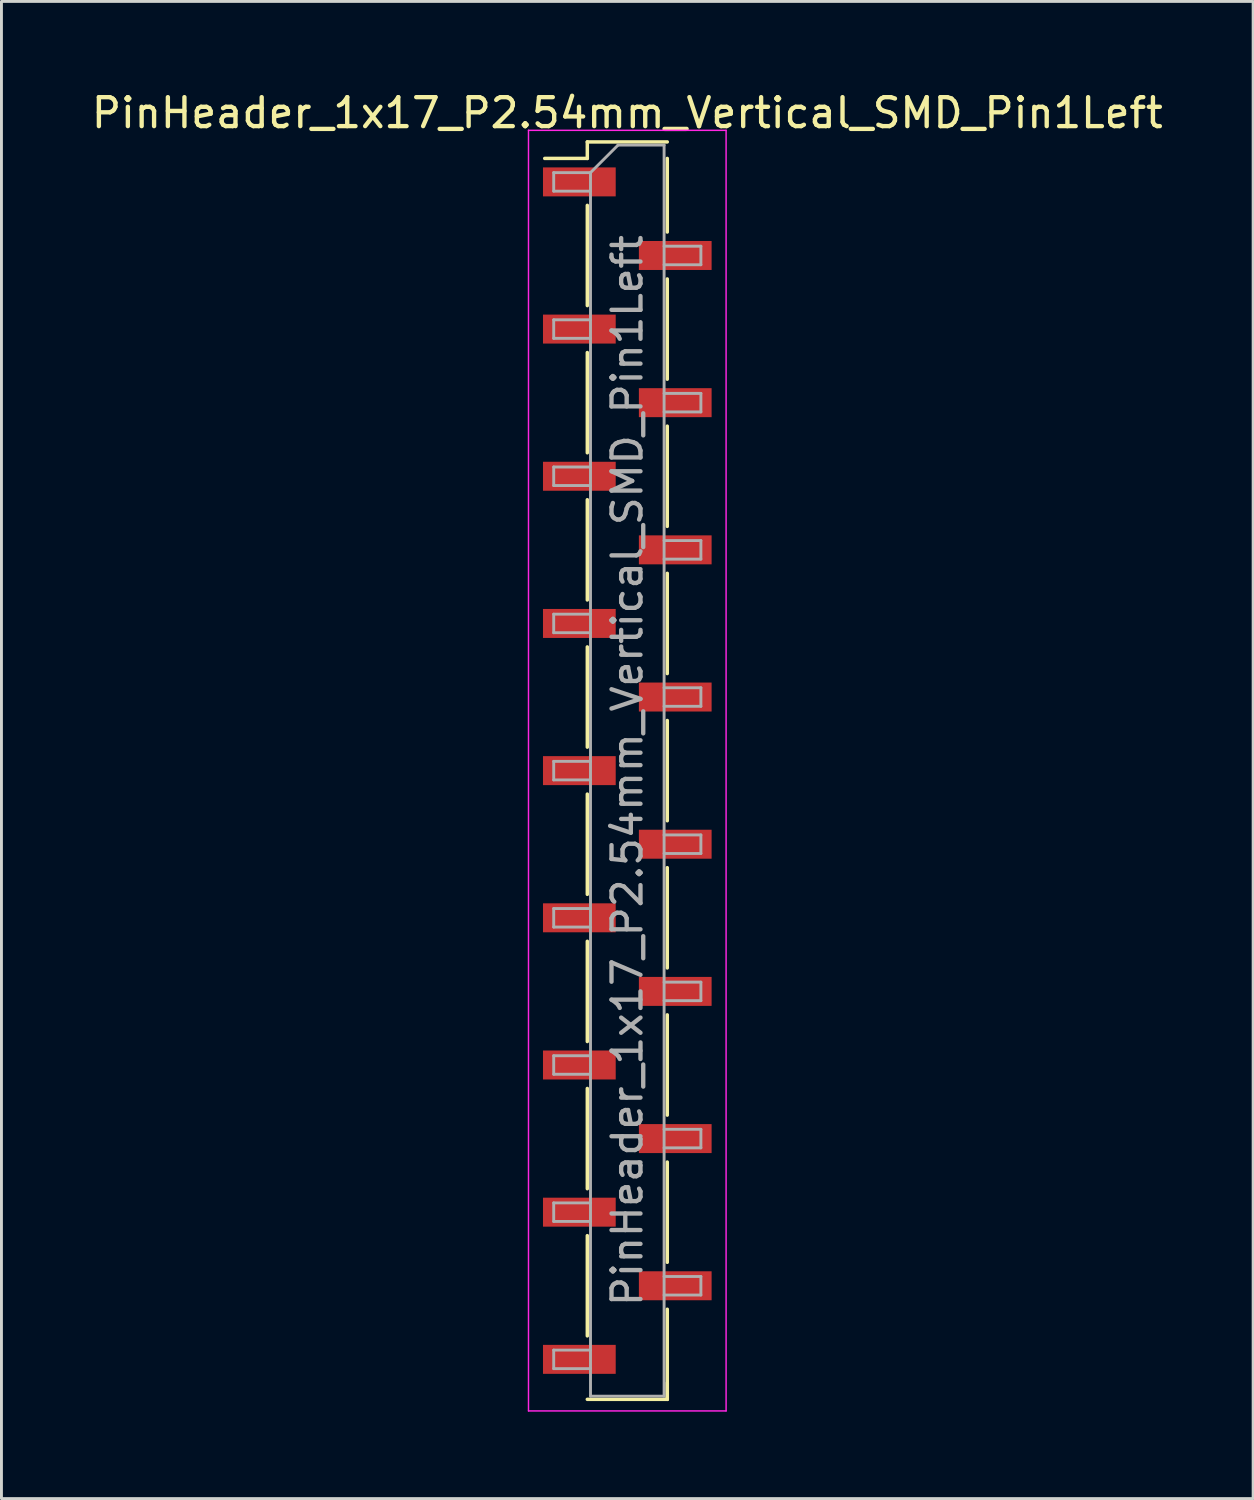
<source format=kicad_pcb>
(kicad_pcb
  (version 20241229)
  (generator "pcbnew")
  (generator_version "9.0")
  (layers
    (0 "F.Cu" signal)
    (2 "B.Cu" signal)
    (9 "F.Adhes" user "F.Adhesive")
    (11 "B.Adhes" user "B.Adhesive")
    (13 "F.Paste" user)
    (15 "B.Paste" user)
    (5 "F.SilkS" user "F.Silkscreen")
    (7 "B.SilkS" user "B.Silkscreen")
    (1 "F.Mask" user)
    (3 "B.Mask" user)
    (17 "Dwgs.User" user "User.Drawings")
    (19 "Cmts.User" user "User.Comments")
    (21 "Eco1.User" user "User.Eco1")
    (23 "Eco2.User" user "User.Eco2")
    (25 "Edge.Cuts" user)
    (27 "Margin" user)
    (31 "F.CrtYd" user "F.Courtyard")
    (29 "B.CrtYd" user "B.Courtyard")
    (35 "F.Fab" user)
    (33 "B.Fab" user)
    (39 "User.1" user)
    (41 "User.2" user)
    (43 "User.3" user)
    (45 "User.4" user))
  (footprint "PinHeader_1x17_P2.54mm_Vertical_SMD_Pin1Left"
    (layer "F.Cu")
    (at 18.601 23.548)
    (property "Reference" "PinHeader_1x17_P2.54mm_Vertical_SMD_Pin1Left" (at 0 -22.7 0) (layer "F.SilkS") (effects (font (size 1 1) (thickness 0.15))))
    (attr smd)
    (fp_line (start -1.38 -21.7) (end -1.38 -21.13) (stroke (width 0.12) (type solid)) (layer "F.SilkS"))
    (fp_line (start -1.38 -21.7) (end 1.38 -21.7) (stroke (width 0.12) (type solid)) (layer "F.SilkS"))
    (fp_line (start -1.38 -21.13) (end -2.85 -21.13) (stroke (width 0.12) (type solid)) (layer "F.SilkS"))
    (fp_line (start -1.38 -19.51) (end -1.38 -16.05) (stroke (width 0.12) (type solid)) (layer "F.SilkS"))
    (fp_line (start -1.38 -14.43) (end -1.38 -10.97) (stroke (width 0.12) (type solid)) (layer "F.SilkS"))
    (fp_line (start -1.38 -9.35) (end -1.38 -5.89) (stroke (width 0.12) (type solid)) (layer "F.SilkS"))
    (fp_line (start -1.38 -4.27) (end -1.38 -0.81) (stroke (width 0.12) (type solid)) (layer "F.SilkS"))
    (fp_line (start -1.38 0.81) (end -1.38 4.27) (stroke (width 0.12) (type solid)) (layer "F.SilkS"))
    (fp_line (start -1.38 5.89) (end -1.38 9.35) (stroke (width 0.12) (type solid)) (layer "F.SilkS"))
    (fp_line (start -1.38 10.97) (end -1.38 14.43) (stroke (width 0.12) (type solid)) (layer "F.SilkS"))
    (fp_line (start -1.38 16.05) (end -1.38 19.51) (stroke (width 0.12) (type solid)) (layer "F.SilkS"))
    (fp_line (start -1.38 21.7) (end 1.38 21.7) (stroke (width 0.12) (type solid)) (layer "F.SilkS"))
    (fp_line (start 1.38 -21.13) (end 1.38 -18.59) (stroke (width 0.12) (type solid)) (layer "F.SilkS"))
    (fp_line (start 1.38 -16.97) (end 1.38 -13.51) (stroke (width 0.12) (type solid)) (layer "F.SilkS"))
    (fp_line (start 1.38 -11.89) (end 1.38 -8.43) (stroke (width 0.12) (type solid)) (layer "F.SilkS"))
    (fp_line (start 1.38 -6.81) (end 1.38 -3.35) (stroke (width 0.12) (type solid)) (layer "F.SilkS"))
    (fp_line (start 1.38 -1.73) (end 1.38 1.73) (stroke (width 0.12) (type solid)) (layer "F.SilkS"))
    (fp_line (start 1.38 3.35) (end 1.38 6.81) (stroke (width 0.12) (type solid)) (layer "F.SilkS"))
    (fp_line (start 1.38 8.43) (end 1.38 11.89) (stroke (width 0.12) (type solid)) (layer "F.SilkS"))
    (fp_line (start 1.38 13.51) (end 1.38 16.97) (stroke (width 0.12) (type solid)) (layer "F.SilkS"))
    (fp_line (start 1.38 18.59) (end 1.38 21.7) (stroke (width 0.12) (type solid)) (layer "F.SilkS"))
    (fp_line (start 1.38 21.13) (end 1.38 21.7) (stroke (width 0.12) (type solid)) (layer "F.SilkS"))
    (fp_line (start -3.41 -22.1) (end -3.41 22.1) (stroke (width 0.05) (type solid)) (layer "F.CrtYd"))
    (fp_line (start -3.41 22.1) (end 3.41 22.1) (stroke (width 0.05) (type solid)) (layer "F.CrtYd"))
    (fp_line (start 3.41 -22.1) (end -3.41 -22.1) (stroke (width 0.05) (type solid)) (layer "F.CrtYd"))
    (fp_line (start 3.41 22.1) (end 3.41 -22.1) (stroke (width 0.05) (type solid)) (layer "F.CrtYd"))
    (fp_line (start -2.54 -20.64) (end -2.54 -20) (stroke (width 0.1) (type solid)) (layer "F.Fab"))
    (fp_line (start -2.54 -20) (end -1.27 -20) (stroke (width 0.1) (type solid)) (layer "F.Fab"))
    (fp_line (start -2.54 -15.56) (end -2.54 -14.92) (stroke (width 0.1) (type solid)) (layer "F.Fab"))
    (fp_line (start -2.54 -14.92) (end -1.27 -14.92) (stroke (width 0.1) (type solid)) (layer "F.Fab"))
    (fp_line (start -2.54 -10.48) (end -2.54 -9.84) (stroke (width 0.1) (type solid)) (layer "F.Fab"))
    (fp_line (start -2.54 -9.84) (end -1.27 -9.84) (stroke (width 0.1) (type solid)) (layer "F.Fab"))
    (fp_line (start -2.54 -5.4) (end -2.54 -4.76) (stroke (width 0.1) (type solid)) (layer "F.Fab"))
    (fp_line (start -2.54 -4.76) (end -1.27 -4.76) (stroke (width 0.1) (type solid)) (layer "F.Fab"))
    (fp_line (start -2.54 -0.32) (end -2.54 0.32) (stroke (width 0.1) (type solid)) (layer "F.Fab"))
    (fp_line (start -2.54 0.32) (end -1.27 0.32) (stroke (width 0.1) (type solid)) (layer "F.Fab"))
    (fp_line (start -2.54 4.76) (end -2.54 5.4) (stroke (width 0.1) (type solid)) (layer "F.Fab"))
    (fp_line (start -2.54 5.4) (end -1.27 5.4) (stroke (width 0.1) (type solid)) (layer "F.Fab"))
    (fp_line (start -2.54 9.84) (end -2.54 10.48) (stroke (width 0.1) (type solid)) (layer "F.Fab"))
    (fp_line (start -2.54 10.48) (end -1.27 10.48) (stroke (width 0.1) (type solid)) (layer "F.Fab"))
    (fp_line (start -2.54 14.92) (end -2.54 15.56) (stroke (width 0.1) (type solid)) (layer "F.Fab"))
    (fp_line (start -2.54 15.56) (end -1.27 15.56) (stroke (width 0.1) (type solid)) (layer "F.Fab"))
    (fp_line (start -2.54 20) (end -2.54 20.64) (stroke (width 0.1) (type solid)) (layer "F.Fab"))
    (fp_line (start -2.54 20.64) (end -1.27 20.64) (stroke (width 0.1) (type solid)) (layer "F.Fab"))
    (fp_line (start -1.27 -20.64) (end -2.54 -20.64) (stroke (width 0.1) (type solid)) (layer "F.Fab"))
    (fp_line (start -1.27 -20.64) (end -0.32 -21.59) (stroke (width 0.1) (type solid)) (layer "F.Fab"))
    (fp_line (start -1.27 -15.56) (end -2.54 -15.56) (stroke (width 0.1) (type solid)) (layer "F.Fab"))
    (fp_line (start -1.27 -10.48) (end -2.54 -10.48) (stroke (width 0.1) (type solid)) (layer "F.Fab"))
    (fp_line (start -1.27 -5.4) (end -2.54 -5.4) (stroke (width 0.1) (type solid)) (layer "F.Fab"))
    (fp_line (start -1.27 -0.32) (end -2.54 -0.32) (stroke (width 0.1) (type solid)) (layer "F.Fab"))
    (fp_line (start -1.27 4.76) (end -2.54 4.76) (stroke (width 0.1) (type solid)) (layer "F.Fab"))
    (fp_line (start -1.27 9.84) (end -2.54 9.84) (stroke (width 0.1) (type solid)) (layer "F.Fab"))
    (fp_line (start -1.27 14.92) (end -2.54 14.92) (stroke (width 0.1) (type solid)) (layer "F.Fab"))
    (fp_line (start -1.27 20) (end -2.54 20) (stroke (width 0.1) (type solid)) (layer "F.Fab"))
    (fp_line (start -1.27 21.59) (end -1.27 -20.64) (stroke (width 0.1) (type solid)) (layer "F.Fab"))
    (fp_line (start -0.32 -21.59) (end 1.27 -21.59) (stroke (width 0.1) (type solid)) (layer "F.Fab"))
    (fp_line (start 1.27 -21.59) (end 1.27 21.59) (stroke (width 0.1) (type solid)) (layer "F.Fab"))
    (fp_line (start 1.27 -18.1) (end 2.54 -18.1) (stroke (width 0.1) (type solid)) (layer "F.Fab"))
    (fp_line (start 1.27 -13.02) (end 2.54 -13.02) (stroke (width 0.1) (type solid)) (layer "F.Fab"))
    (fp_line (start 1.27 -7.94) (end 2.54 -7.94) (stroke (width 0.1) (type solid)) (layer "F.Fab"))
    (fp_line (start 1.27 -2.86) (end 2.54 -2.86) (stroke (width 0.1) (type solid)) (layer "F.Fab"))
    (fp_line (start 1.27 2.22) (end 2.54 2.22) (stroke (width 0.1) (type solid)) (layer "F.Fab"))
    (fp_line (start 1.27 7.3) (end 2.54 7.3) (stroke (width 0.1) (type solid)) (layer "F.Fab"))
    (fp_line (start 1.27 12.38) (end 2.54 12.38) (stroke (width 0.1) (type solid)) (layer "F.Fab"))
    (fp_line (start 1.27 17.46) (end 2.54 17.46) (stroke (width 0.1) (type solid)) (layer "F.Fab"))
    (fp_line (start 1.27 21.59) (end -1.27 21.59) (stroke (width 0.1) (type solid)) (layer "F.Fab"))
    (fp_line (start 2.54 -18.1) (end 2.54 -17.46) (stroke (width 0.1) (type solid)) (layer "F.Fab"))
    (fp_line (start 2.54 -17.46) (end 1.27 -17.46) (stroke (width 0.1) (type solid)) (layer "F.Fab"))
    (fp_line (start 2.54 -13.02) (end 2.54 -12.38) (stroke (width 0.1) (type solid)) (layer "F.Fab"))
    (fp_line (start 2.54 -12.38) (end 1.27 -12.38) (stroke (width 0.1) (type solid)) (layer "F.Fab"))
    (fp_line (start 2.54 -7.94) (end 2.54 -7.3) (stroke (width 0.1) (type solid)) (layer "F.Fab"))
    (fp_line (start 2.54 -7.3) (end 1.27 -7.3) (stroke (width 0.1) (type solid)) (layer "F.Fab"))
    (fp_line (start 2.54 -2.86) (end 2.54 -2.22) (stroke (width 0.1) (type solid)) (layer "F.Fab"))
    (fp_line (start 2.54 -2.22) (end 1.27 -2.22) (stroke (width 0.1) (type solid)) (layer "F.Fab"))
    (fp_line (start 2.54 2.22) (end 2.54 2.86) (stroke (width 0.1) (type solid)) (layer "F.Fab"))
    (fp_line (start 2.54 2.86) (end 1.27 2.86) (stroke (width 0.1) (type solid)) (layer "F.Fab"))
    (fp_line (start 2.54 7.3) (end 2.54 7.94) (stroke (width 0.1) (type solid)) (layer "F.Fab"))
    (fp_line (start 2.54 7.94) (end 1.27 7.94) (stroke (width 0.1) (type solid)) (layer "F.Fab"))
    (fp_line (start 2.54 12.38) (end 2.54 13.02) (stroke (width 0.1) (type solid)) (layer "F.Fab"))
    (fp_line (start 2.54 13.02) (end 1.27 13.02) (stroke (width 0.1) (type solid)) (layer "F.Fab"))
    (fp_line (start 2.54 17.46) (end 2.54 18.1) (stroke (width 0.1) (type solid)) (layer "F.Fab"))
    (fp_line (start 2.54 18.1) (end 1.27 18.1) (stroke (width 0.1) (type solid)) (layer "F.Fab"))
    (fp_text user "${REFERENCE}" (at 0 0 90) (layer "F.Fab") (effects (font (size 1 1) (thickness 0.15))))
    (pad "1" smd rect (at -1.655 -20.32) (size 2.51 1) (layers "F.Cu" "F.Mask" "F.Paste"))
    (pad "2" smd rect (at 1.655 -17.78) (size 2.51 1) (layers "F.Cu" "F.Mask" "F.Paste"))
    (pad "3" smd rect (at -1.655 -15.24) (size 2.51 1) (layers "F.Cu" "F.Mask" "F.Paste"))
    (pad "4" smd rect (at 1.655 -12.7) (size 2.51 1) (layers "F.Cu" "F.Mask" "F.Paste"))
    (pad "5" smd rect (at -1.655 -10.16) (size 2.51 1) (layers "F.Cu" "F.Mask" "F.Paste"))
    (pad "6" smd rect (at 1.655 -7.62) (size 2.51 1) (layers "F.Cu" "F.Mask" "F.Paste"))
    (pad "7" smd rect (at -1.655 -5.08) (size 2.51 1) (layers "F.Cu" "F.Mask" "F.Paste"))
    (pad "8" smd rect (at 1.655 -2.54) (size 2.51 1) (layers "F.Cu" "F.Mask" "F.Paste"))
    (pad "9" smd rect (at -1.655 0) (size 2.51 1) (layers "F.Cu" "F.Mask" "F.Paste"))
    (pad "10" smd rect (at 1.655 2.54) (size 2.51 1) (layers "F.Cu" "F.Mask" "F.Paste"))
    (pad "11" smd rect (at -1.655 5.08) (size 2.51 1) (layers "F.Cu" "F.Mask" "F.Paste"))
    (pad "12" smd rect (at 1.655 7.62) (size 2.51 1) (layers "F.Cu" "F.Mask" "F.Paste"))
    (pad "13" smd rect (at -1.655 10.16) (size 2.51 1) (layers "F.Cu" "F.Mask" "F.Paste"))
    (pad "14" smd rect (at 1.655 12.7) (size 2.51 1) (layers "F.Cu" "F.Mask" "F.Paste"))
    (pad "15" smd rect (at -1.655 15.24) (size 2.51 1) (layers "F.Cu" "F.Mask" "F.Paste"))
    (pad "16" smd rect (at 1.655 17.78) (size 2.51 1) (layers "F.Cu" "F.Mask" "F.Paste"))
    (pad "17" smd rect (at -1.655 20.32) (size 2.51 1) (layers "F.Cu" "F.Mask" "F.Paste")))
  (gr_rect
    (start -3 -3)
    (end 40.202 48.673)
    (stroke (width 0.1) (type default))
    (fill no)
    (layer "Edge.Cuts")))
</source>
